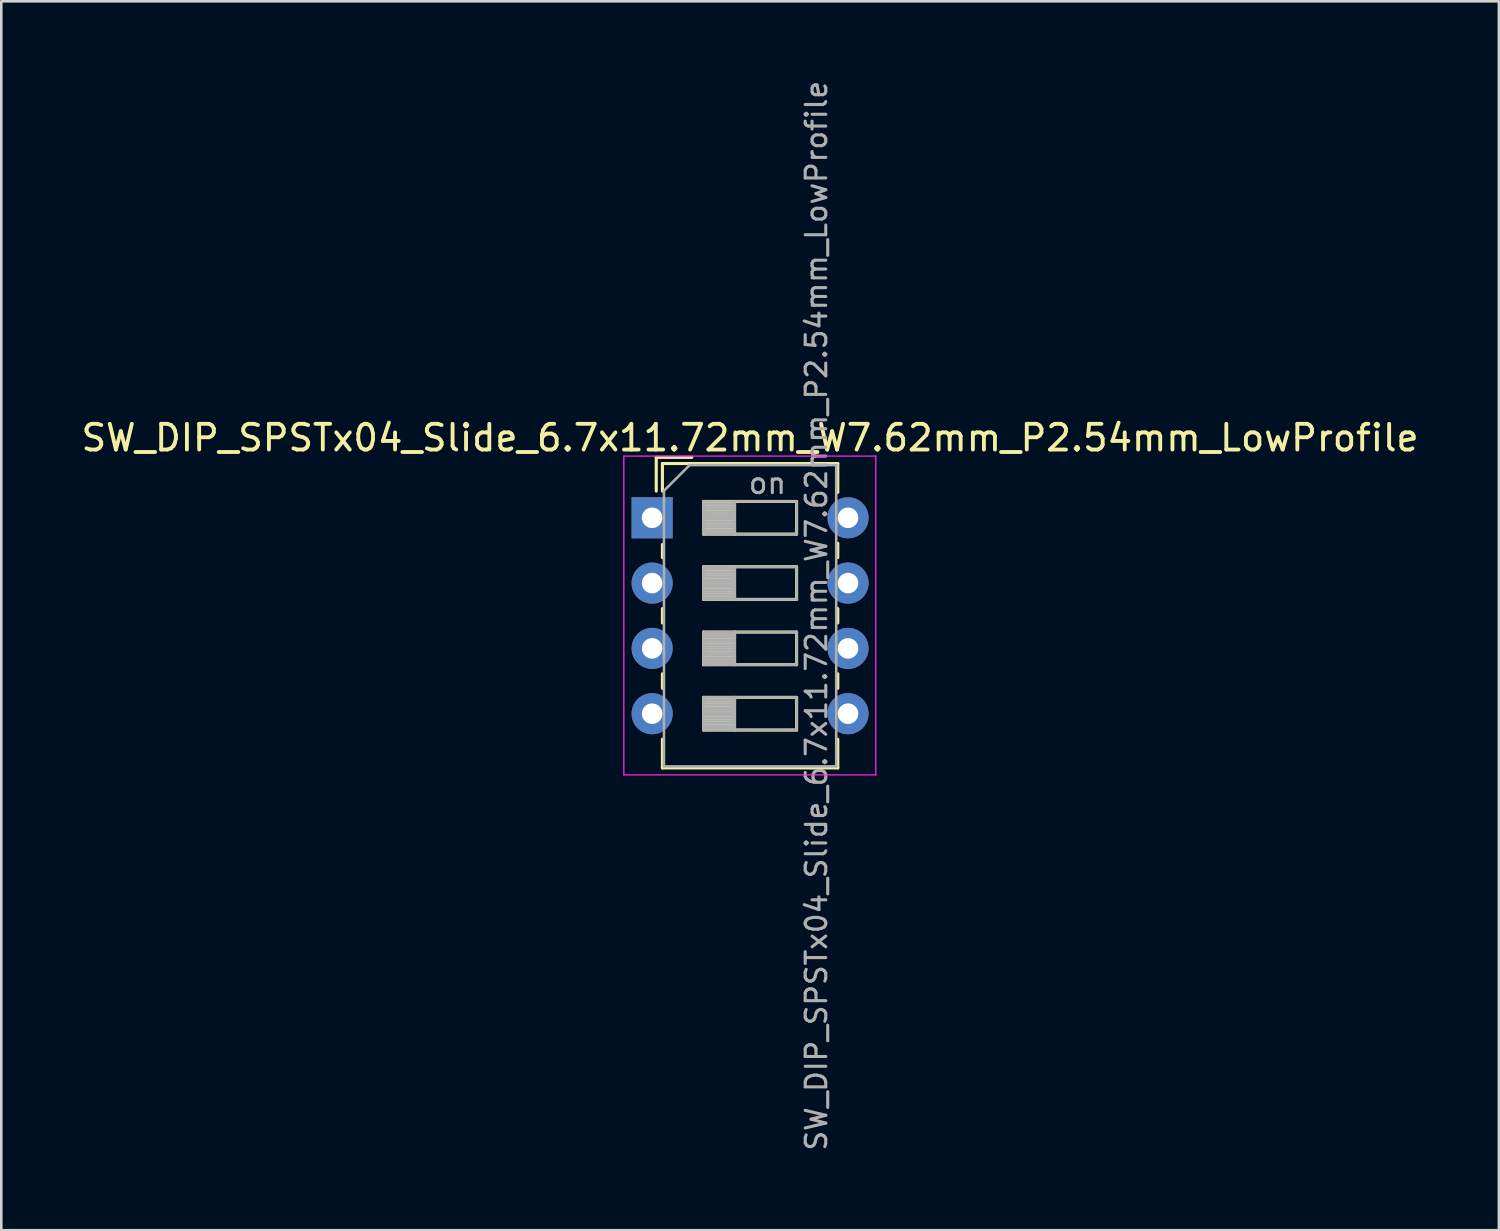
<source format=kicad_pcb>
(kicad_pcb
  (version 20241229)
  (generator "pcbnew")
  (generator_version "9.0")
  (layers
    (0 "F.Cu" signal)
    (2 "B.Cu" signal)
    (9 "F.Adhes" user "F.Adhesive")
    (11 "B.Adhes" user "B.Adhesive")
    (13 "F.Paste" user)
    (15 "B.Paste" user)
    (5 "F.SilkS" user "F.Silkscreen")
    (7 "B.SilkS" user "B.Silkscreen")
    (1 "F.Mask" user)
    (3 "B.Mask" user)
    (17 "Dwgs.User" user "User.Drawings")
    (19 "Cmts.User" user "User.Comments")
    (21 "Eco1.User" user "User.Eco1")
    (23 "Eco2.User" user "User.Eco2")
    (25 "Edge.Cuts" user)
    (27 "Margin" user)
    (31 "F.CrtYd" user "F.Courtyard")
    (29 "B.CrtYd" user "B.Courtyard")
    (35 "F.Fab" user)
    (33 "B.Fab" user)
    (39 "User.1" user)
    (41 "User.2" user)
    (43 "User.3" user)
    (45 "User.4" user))
  (footprint "SW_DIP_SPSTx04_Slide_6.7x11.72mm_W7.62mm_P2.54mm_LowProfile"
    (layer "F.Cu")
    (at 22.315 17.09)
    (property "Reference" "SW_DIP_SPSTx04_Slide_6.7x11.72mm_W7.62mm_P2.54mm_LowProfile" (at 3.81 -3.11 0) (layer "F.SilkS") (effects (font (size 1 1) (thickness 0.15))))
    (attr through_hole)
    (fp_line (start 0.16 -2.35) (end 0.16 -1.04) (stroke (width 0.12) (type solid)) (layer "F.SilkS"))
    (fp_line (start 0.16 -2.35) (end 1.543 -2.35) (stroke (width 0.12) (type solid)) (layer "F.SilkS"))
    (fp_line (start 0.4 -2.11) (end 0.4 -1.04) (stroke (width 0.12) (type solid)) (layer "F.SilkS"))
    (fp_line (start 0.4 -2.11) (end 7.221 -2.11) (stroke (width 0.12) (type solid)) (layer "F.SilkS"))
    (fp_line (start 0.4 1.04) (end 0.4 1.551) (stroke (width 0.12) (type solid)) (layer "F.SilkS"))
    (fp_line (start 0.4 3.53) (end 0.4 4.091) (stroke (width 0.12) (type solid)) (layer "F.SilkS"))
    (fp_line (start 0.4 6.07) (end 0.4 6.631) (stroke (width 0.12) (type solid)) (layer "F.SilkS"))
    (fp_line (start 0.4 8.61) (end 0.4 9.73) (stroke (width 0.12) (type solid)) (layer "F.SilkS"))
    (fp_line (start 0.4 9.73) (end 7.221 9.73) (stroke (width 0.12) (type solid)) (layer "F.SilkS"))
    (fp_line (start 2 -0.635) (end 2 0.635) (stroke (width 0.12) (type solid)) (layer "F.SilkS"))
    (fp_line (start 2 -0.515) (end 3.207 -0.515) (stroke (width 0.12) (type solid)) (layer "F.SilkS"))
    (fp_line (start 2 -0.395) (end 3.207 -0.395) (stroke (width 0.12) (type solid)) (layer "F.SilkS"))
    (fp_line (start 2 -0.275) (end 3.207 -0.275) (stroke (width 0.12) (type solid)) (layer "F.SilkS"))
    (fp_line (start 2 -0.155) (end 3.207 -0.155) (stroke (width 0.12) (type solid)) (layer "F.SilkS"))
    (fp_line (start 2 -0.035) (end 3.207 -0.035) (stroke (width 0.12) (type solid)) (layer "F.SilkS"))
    (fp_line (start 2 0.085) (end 3.207 0.085) (stroke (width 0.12) (type solid)) (layer "F.SilkS"))
    (fp_line (start 2 0.205) (end 3.207 0.205) (stroke (width 0.12) (type solid)) (layer "F.SilkS"))
    (fp_line (start 2 0.325) (end 3.207 0.325) (stroke (width 0.12) (type solid)) (layer "F.SilkS"))
    (fp_line (start 2 0.445) (end 3.207 0.445) (stroke (width 0.12) (type solid)) (layer "F.SilkS"))
    (fp_line (start 2 0.565) (end 3.207 0.565) (stroke (width 0.12) (type solid)) (layer "F.SilkS"))
    (fp_line (start 2 0.635) (end 5.62 0.635) (stroke (width 0.12) (type solid)) (layer "F.SilkS"))
    (fp_line (start 2 1.905) (end 2 3.175) (stroke (width 0.12) (type solid)) (layer "F.SilkS"))
    (fp_line (start 2 2.025) (end 3.207 2.025) (stroke (width 0.12) (type solid)) (layer "F.SilkS"))
    (fp_line (start 2 2.145) (end 3.207 2.145) (stroke (width 0.12) (type solid)) (layer "F.SilkS"))
    (fp_line (start 2 2.265) (end 3.207 2.265) (stroke (width 0.12) (type solid)) (layer "F.SilkS"))
    (fp_line (start 2 2.385) (end 3.207 2.385) (stroke (width 0.12) (type solid)) (layer "F.SilkS"))
    (fp_line (start 2 2.505) (end 3.207 2.505) (stroke (width 0.12) (type solid)) (layer "F.SilkS"))
    (fp_line (start 2 2.625) (end 3.207 2.625) (stroke (width 0.12) (type solid)) (layer "F.SilkS"))
    (fp_line (start 2 2.745) (end 3.207 2.745) (stroke (width 0.12) (type solid)) (layer "F.SilkS"))
    (fp_line (start 2 2.865) (end 3.207 2.865) (stroke (width 0.12) (type solid)) (layer "F.SilkS"))
    (fp_line (start 2 2.985) (end 3.207 2.985) (stroke (width 0.12) (type solid)) (layer "F.SilkS"))
    (fp_line (start 2 3.105) (end 3.207 3.105) (stroke (width 0.12) (type solid)) (layer "F.SilkS"))
    (fp_line (start 2 3.175) (end 5.62 3.175) (stroke (width 0.12) (type solid)) (layer "F.SilkS"))
    (fp_line (start 2 4.445) (end 2 5.715) (stroke (width 0.12) (type solid)) (layer "F.SilkS"))
    (fp_line (start 2 4.565) (end 3.207 4.565) (stroke (width 0.12) (type solid)) (layer "F.SilkS"))
    (fp_line (start 2 4.685) (end 3.207 4.685) (stroke (width 0.12) (type solid)) (layer "F.SilkS"))
    (fp_line (start 2 4.805) (end 3.207 4.805) (stroke (width 0.12) (type solid)) (layer "F.SilkS"))
    (fp_line (start 2 4.925) (end 3.207 4.925) (stroke (width 0.12) (type solid)) (layer "F.SilkS"))
    (fp_line (start 2 5.045) (end 3.207 5.045) (stroke (width 0.12) (type solid)) (layer "F.SilkS"))
    (fp_line (start 2 5.165) (end 3.207 5.165) (stroke (width 0.12) (type solid)) (layer "F.SilkS"))
    (fp_line (start 2 5.285) (end 3.207 5.285) (stroke (width 0.12) (type solid)) (layer "F.SilkS"))
    (fp_line (start 2 5.405) (end 3.207 5.405) (stroke (width 0.12) (type solid)) (layer "F.SilkS"))
    (fp_line (start 2 5.525) (end 3.207 5.525) (stroke (width 0.12) (type solid)) (layer "F.SilkS"))
    (fp_line (start 2 5.645) (end 3.207 5.645) (stroke (width 0.12) (type solid)) (layer "F.SilkS"))
    (fp_line (start 2 5.715) (end 5.62 5.715) (stroke (width 0.12) (type solid)) (layer "F.SilkS"))
    (fp_line (start 2 6.985) (end 2 8.255) (stroke (width 0.12) (type solid)) (layer "F.SilkS"))
    (fp_line (start 2 7.105) (end 3.207 7.105) (stroke (width 0.12) (type solid)) (layer "F.SilkS"))
    (fp_line (start 2 7.225) (end 3.207 7.225) (stroke (width 0.12) (type solid)) (layer "F.SilkS"))
    (fp_line (start 2 7.345) (end 3.207 7.345) (stroke (width 0.12) (type solid)) (layer "F.SilkS"))
    (fp_line (start 2 7.465) (end 3.207 7.465) (stroke (width 0.12) (type solid)) (layer "F.SilkS"))
    (fp_line (start 2 7.585) (end 3.207 7.585) (stroke (width 0.12) (type solid)) (layer "F.SilkS"))
    (fp_line (start 2 7.705) (end 3.207 7.705) (stroke (width 0.12) (type solid)) (layer "F.SilkS"))
    (fp_line (start 2 7.825) (end 3.207 7.825) (stroke (width 0.12) (type solid)) (layer "F.SilkS"))
    (fp_line (start 2 7.945) (end 3.207 7.945) (stroke (width 0.12) (type solid)) (layer "F.SilkS"))
    (fp_line (start 2 8.065) (end 3.207 8.065) (stroke (width 0.12) (type solid)) (layer "F.SilkS"))
    (fp_line (start 2 8.185) (end 3.207 8.185) (stroke (width 0.12) (type solid)) (layer "F.SilkS"))
    (fp_line (start 2 8.255) (end 5.62 8.255) (stroke (width 0.12) (type solid)) (layer "F.SilkS"))
    (fp_line (start 3.207 -0.635) (end 3.207 0.635) (stroke (width 0.12) (type solid)) (layer "F.SilkS"))
    (fp_line (start 3.207 1.905) (end 3.207 3.175) (stroke (width 0.12) (type solid)) (layer "F.SilkS"))
    (fp_line (start 3.207 4.445) (end 3.207 5.715) (stroke (width 0.12) (type solid)) (layer "F.SilkS"))
    (fp_line (start 3.207 6.985) (end 3.207 8.255) (stroke (width 0.12) (type solid)) (layer "F.SilkS"))
    (fp_line (start 5.62 -0.635) (end 2 -0.635) (stroke (width 0.12) (type solid)) (layer "F.SilkS"))
    (fp_line (start 5.62 0.635) (end 5.62 -0.635) (stroke (width 0.12) (type solid)) (layer "F.SilkS"))
    (fp_line (start 5.62 1.905) (end 2 1.905) (stroke (width 0.12) (type solid)) (layer "F.SilkS"))
    (fp_line (start 5.62 3.175) (end 5.62 1.905) (stroke (width 0.12) (type solid)) (layer "F.SilkS"))
    (fp_line (start 5.62 4.445) (end 2 4.445) (stroke (width 0.12) (type solid)) (layer "F.SilkS"))
    (fp_line (start 5.62 5.715) (end 5.62 4.445) (stroke (width 0.12) (type solid)) (layer "F.SilkS"))
    (fp_line (start 5.62 6.985) (end 2 6.985) (stroke (width 0.12) (type solid)) (layer "F.SilkS"))
    (fp_line (start 5.62 8.255) (end 5.62 6.985) (stroke (width 0.12) (type solid)) (layer "F.SilkS"))
    (fp_line (start 7.221 -2.11) (end 7.221 -0.99) (stroke (width 0.12) (type solid)) (layer "F.SilkS"))
    (fp_line (start 7.221 0.99) (end 7.221 1.551) (stroke (width 0.12) (type solid)) (layer "F.SilkS"))
    (fp_line (start 7.221 3.53) (end 7.221 4.091) (stroke (width 0.12) (type solid)) (layer "F.SilkS"))
    (fp_line (start 7.221 6.07) (end 7.221 6.631) (stroke (width 0.12) (type solid)) (layer "F.SilkS"))
    (fp_line (start 7.221 8.61) (end 7.221 9.73) (stroke (width 0.12) (type solid)) (layer "F.SilkS"))
    (fp_line (start -1.1 -2.4) (end -1.1 10) (stroke (width 0.05) (type solid)) (layer "F.CrtYd"))
    (fp_line (start -1.1 10) (end 8.7 10) (stroke (width 0.05) (type solid)) (layer "F.CrtYd"))
    (fp_line (start 8.7 -2.4) (end -1.1 -2.4) (stroke (width 0.05) (type solid)) (layer "F.CrtYd"))
    (fp_line (start 8.7 10) (end 8.7 -2.4) (stroke (width 0.05) (type solid)) (layer "F.CrtYd"))
    (fp_line (start 0.46 -1.05) (end 1.46 -2.05) (stroke (width 0.1) (type solid)) (layer "F.Fab"))
    (fp_line (start 0.46 9.67) (end 0.46 -1.05) (stroke (width 0.1) (type solid)) (layer "F.Fab"))
    (fp_line (start 1.46 -2.05) (end 7.16 -2.05) (stroke (width 0.1) (type solid)) (layer "F.Fab"))
    (fp_line (start 2 -0.635) (end 2 0.635) (stroke (width 0.1) (type solid)) (layer "F.Fab"))
    (fp_line (start 2 -0.535) (end 3.207 -0.535) (stroke (width 0.1) (type solid)) (layer "F.Fab"))
    (fp_line (start 2 -0.435) (end 3.207 -0.435) (stroke (width 0.1) (type solid)) (layer "F.Fab"))
    (fp_line (start 2 -0.335) (end 3.207 -0.335) (stroke (width 0.1) (type solid)) (layer "F.Fab"))
    (fp_line (start 2 -0.235) (end 3.207 -0.235) (stroke (width 0.1) (type solid)) (layer "F.Fab"))
    (fp_line (start 2 -0.135) (end 3.207 -0.135) (stroke (width 0.1) (type solid)) (layer "F.Fab"))
    (fp_line (start 2 -0.035) (end 3.207 -0.035) (stroke (width 0.1) (type solid)) (layer "F.Fab"))
    (fp_line (start 2 0.065) (end 3.207 0.065) (stroke (width 0.1) (type solid)) (layer "F.Fab"))
    (fp_line (start 2 0.165) (end 3.207 0.165) (stroke (width 0.1) (type solid)) (layer "F.Fab"))
    (fp_line (start 2 0.265) (end 3.207 0.265) (stroke (width 0.1) (type solid)) (layer "F.Fab"))
    (fp_line (start 2 0.365) (end 3.207 0.365) (stroke (width 0.1) (type solid)) (layer "F.Fab"))
    (fp_line (start 2 0.465) (end 3.207 0.465) (stroke (width 0.1) (type solid)) (layer "F.Fab"))
    (fp_line (start 2 0.565) (end 3.207 0.565) (stroke (width 0.1) (type solid)) (layer "F.Fab"))
    (fp_line (start 2 0.635) (end 5.62 0.635) (stroke (width 0.1) (type solid)) (layer "F.Fab"))
    (fp_line (start 2 1.905) (end 2 3.175) (stroke (width 0.1) (type solid)) (layer "F.Fab"))
    (fp_line (start 2 2.005) (end 3.207 2.005) (stroke (width 0.1) (type solid)) (layer "F.Fab"))
    (fp_line (start 2 2.105) (end 3.207 2.105) (stroke (width 0.1) (type solid)) (layer "F.Fab"))
    (fp_line (start 2 2.205) (end 3.207 2.205) (stroke (width 0.1) (type solid)) (layer "F.Fab"))
    (fp_line (start 2 2.305) (end 3.207 2.305) (stroke (width 0.1) (type solid)) (layer "F.Fab"))
    (fp_line (start 2 2.405) (end 3.207 2.405) (stroke (width 0.1) (type solid)) (layer "F.Fab"))
    (fp_line (start 2 2.505) (end 3.207 2.505) (stroke (width 0.1) (type solid)) (layer "F.Fab"))
    (fp_line (start 2 2.605) (end 3.207 2.605) (stroke (width 0.1) (type solid)) (layer "F.Fab"))
    (fp_line (start 2 2.705) (end 3.207 2.705) (stroke (width 0.1) (type solid)) (layer "F.Fab"))
    (fp_line (start 2 2.805) (end 3.207 2.805) (stroke (width 0.1) (type solid)) (layer "F.Fab"))
    (fp_line (start 2 2.905) (end 3.207 2.905) (stroke (width 0.1) (type solid)) (layer "F.Fab"))
    (fp_line (start 2 3.005) (end 3.207 3.005) (stroke (width 0.1) (type solid)) (layer "F.Fab"))
    (fp_line (start 2 3.105) (end 3.207 3.105) (stroke (width 0.1) (type solid)) (layer "F.Fab"))
    (fp_line (start 2 3.175) (end 5.62 3.175) (stroke (width 0.1) (type solid)) (layer "F.Fab"))
    (fp_line (start 2 4.445) (end 2 5.715) (stroke (width 0.1) (type solid)) (layer "F.Fab"))
    (fp_line (start 2 4.545) (end 3.207 4.545) (stroke (width 0.1) (type solid)) (layer "F.Fab"))
    (fp_line (start 2 4.645) (end 3.207 4.645) (stroke (width 0.1) (type solid)) (layer "F.Fab"))
    (fp_line (start 2 4.745) (end 3.207 4.745) (stroke (width 0.1) (type solid)) (layer "F.Fab"))
    (fp_line (start 2 4.845) (end 3.207 4.845) (stroke (width 0.1) (type solid)) (layer "F.Fab"))
    (fp_line (start 2 4.945) (end 3.207 4.945) (stroke (width 0.1) (type solid)) (layer "F.Fab"))
    (fp_line (start 2 5.045) (end 3.207 5.045) (stroke (width 0.1) (type solid)) (layer "F.Fab"))
    (fp_line (start 2 5.145) (end 3.207 5.145) (stroke (width 0.1) (type solid)) (layer "F.Fab"))
    (fp_line (start 2 5.245) (end 3.207 5.245) (stroke (width 0.1) (type solid)) (layer "F.Fab"))
    (fp_line (start 2 5.345) (end 3.207 5.345) (stroke (width 0.1) (type solid)) (layer "F.Fab"))
    (fp_line (start 2 5.445) (end 3.207 5.445) (stroke (width 0.1) (type solid)) (layer "F.Fab"))
    (fp_line (start 2 5.545) (end 3.207 5.545) (stroke (width 0.1) (type solid)) (layer "F.Fab"))
    (fp_line (start 2 5.645) (end 3.207 5.645) (stroke (width 0.1) (type solid)) (layer "F.Fab"))
    (fp_line (start 2 5.715) (end 5.62 5.715) (stroke (width 0.1) (type solid)) (layer "F.Fab"))
    (fp_line (start 2 6.985) (end 2 8.255) (stroke (width 0.1) (type solid)) (layer "F.Fab"))
    (fp_line (start 2 7.085) (end 3.207 7.085) (stroke (width 0.1) (type solid)) (layer "F.Fab"))
    (fp_line (start 2 7.185) (end 3.207 7.185) (stroke (width 0.1) (type solid)) (layer "F.Fab"))
    (fp_line (start 2 7.285) (end 3.207 7.285) (stroke (width 0.1) (type solid)) (layer "F.Fab"))
    (fp_line (start 2 7.385) (end 3.207 7.385) (stroke (width 0.1) (type solid)) (layer "F.Fab"))
    (fp_line (start 2 7.485) (end 3.207 7.485) (stroke (width 0.1) (type solid)) (layer "F.Fab"))
    (fp_line (start 2 7.585) (end 3.207 7.585) (stroke (width 0.1) (type solid)) (layer "F.Fab"))
    (fp_line (start 2 7.685) (end 3.207 7.685) (stroke (width 0.1) (type solid)) (layer "F.Fab"))
    (fp_line (start 2 7.785) (end 3.207 7.785) (stroke (width 0.1) (type solid)) (layer "F.Fab"))
    (fp_line (start 2 7.885) (end 3.207 7.885) (stroke (width 0.1) (type solid)) (layer "F.Fab"))
    (fp_line (start 2 7.985) (end 3.207 7.985) (stroke (width 0.1) (type solid)) (layer "F.Fab"))
    (fp_line (start 2 8.085) (end 3.207 8.085) (stroke (width 0.1) (type solid)) (layer "F.Fab"))
    (fp_line (start 2 8.185) (end 3.207 8.185) (stroke (width 0.1) (type solid)) (layer "F.Fab"))
    (fp_line (start 2 8.255) (end 5.62 8.255) (stroke (width 0.1) (type solid)) (layer "F.Fab"))
    (fp_line (start 3.207 -0.635) (end 3.207 0.635) (stroke (width 0.1) (type solid)) (layer "F.Fab"))
    (fp_line (start 3.207 1.905) (end 3.207 3.175) (stroke (width 0.1) (type solid)) (layer "F.Fab"))
    (fp_line (start 3.207 4.445) (end 3.207 5.715) (stroke (width 0.1) (type solid)) (layer "F.Fab"))
    (fp_line (start 3.207 6.985) (end 3.207 8.255) (stroke (width 0.1) (type solid)) (layer "F.Fab"))
    (fp_line (start 5.62 -0.635) (end 2 -0.635) (stroke (width 0.1) (type solid)) (layer "F.Fab"))
    (fp_line (start 5.62 0.635) (end 5.62 -0.635) (stroke (width 0.1) (type solid)) (layer "F.Fab"))
    (fp_line (start 5.62 1.905) (end 2 1.905) (stroke (width 0.1) (type solid)) (layer "F.Fab"))
    (fp_line (start 5.62 3.175) (end 5.62 1.905) (stroke (width 0.1) (type solid)) (layer "F.Fab"))
    (fp_line (start 5.62 4.445) (end 2 4.445) (stroke (width 0.1) (type solid)) (layer "F.Fab"))
    (fp_line (start 5.62 5.715) (end 5.62 4.445) (stroke (width 0.1) (type solid)) (layer "F.Fab"))
    (fp_line (start 5.62 6.985) (end 2 6.985) (stroke (width 0.1) (type solid)) (layer "F.Fab"))
    (fp_line (start 5.62 8.255) (end 5.62 6.985) (stroke (width 0.1) (type solid)) (layer "F.Fab"))
    (fp_line (start 7.16 -2.05) (end 7.16 9.67) (stroke (width 0.1) (type solid)) (layer "F.Fab"))
    (fp_line (start 7.16 9.67) (end 0.46 9.67) (stroke (width 0.1) (type solid)) (layer "F.Fab"))
    (fp_text user "on" (at 4.485 -1.343 0) (layer "F.Fab") (effects (font (size 0.8 0.8) (thickness 0.12))))
    (fp_text user "${REFERENCE}" (at 6.39 3.81 90) (layer "F.Fab") (effects (font (size 0.8 0.8) (thickness 0.12))))
    (pad "1" thru_hole rect (at 0 0) (size 1.6 1.6) (drill 0.8) (layers "*.Cu" "*.Mask"))
    (pad "2" thru_hole oval (at 0 2.54) (size 1.6 1.6) (drill 0.8) (layers "*.Cu" "*.Mask"))
    (pad "3" thru_hole oval (at 0 5.08) (size 1.6 1.6) (drill 0.8) (layers "*.Cu" "*.Mask"))
    (pad "4" thru_hole oval (at 0 7.62) (size 1.6 1.6) (drill 0.8) (layers "*.Cu" "*.Mask"))
    (pad "5" thru_hole oval (at 7.62 7.62) (size 1.6 1.6) (drill 0.8) (layers "*.Cu" "*.Mask"))
    (pad "6" thru_hole oval (at 7.62 5.08) (size 1.6 1.6) (drill 0.8) (layers "*.Cu" "*.Mask"))
    (pad "7" thru_hole oval (at 7.62 2.54) (size 1.6 1.6) (drill 0.8) (layers "*.Cu" "*.Mask"))
    (pad "8" thru_hole oval (at 7.62 0) (size 1.6 1.6) (drill 0.8) (layers "*.Cu" "*.Mask")))
  (gr_rect
    (start -3 -3)
    (end 55.25 44.8)
    (stroke (width 0.1) (type default))
    (fill no)
    (layer "Edge.Cuts")))
</source>
